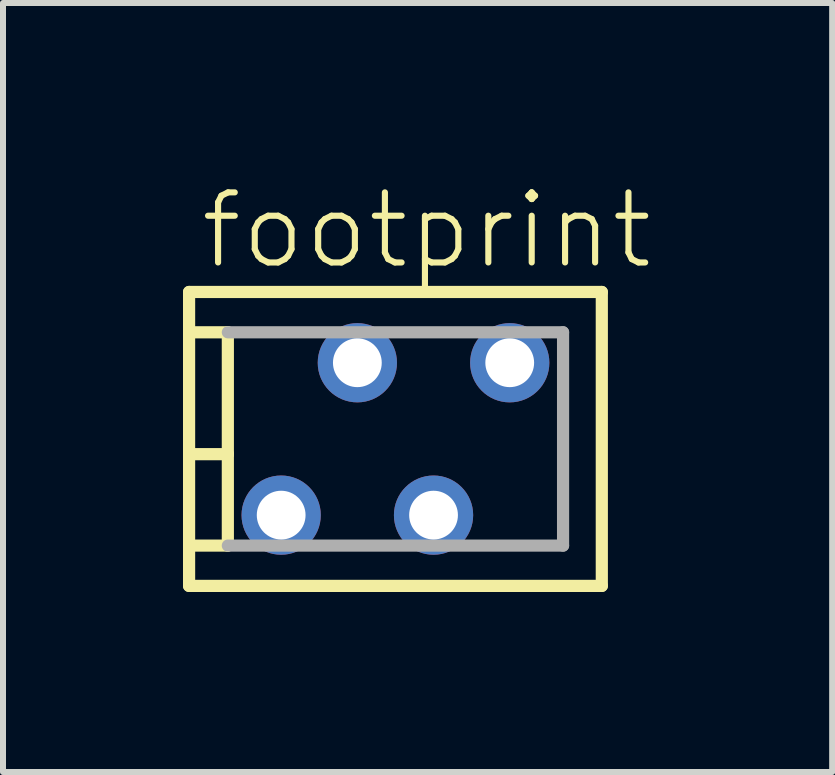
<source format=kicad_pcb>
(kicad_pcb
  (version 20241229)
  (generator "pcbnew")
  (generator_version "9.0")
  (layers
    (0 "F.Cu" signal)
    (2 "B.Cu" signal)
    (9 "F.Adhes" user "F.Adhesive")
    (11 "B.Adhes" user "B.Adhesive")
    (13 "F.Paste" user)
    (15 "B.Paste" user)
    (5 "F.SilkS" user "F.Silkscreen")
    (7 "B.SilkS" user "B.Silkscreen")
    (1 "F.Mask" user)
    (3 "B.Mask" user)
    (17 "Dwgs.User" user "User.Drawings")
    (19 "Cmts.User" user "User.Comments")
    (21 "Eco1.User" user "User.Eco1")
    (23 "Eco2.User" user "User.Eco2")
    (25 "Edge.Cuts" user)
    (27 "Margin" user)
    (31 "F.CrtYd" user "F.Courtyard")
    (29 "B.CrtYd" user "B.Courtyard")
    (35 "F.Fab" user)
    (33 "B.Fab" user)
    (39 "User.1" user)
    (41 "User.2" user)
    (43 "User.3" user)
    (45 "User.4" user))
  (footprint "footprint"
    (layer "F.Cu")
    (at 3.542 4.267)
    (property "Reference" "footprint" (at -3.302 -2.794 0) (layer "F.SilkS") (effects (font (size 1.168 1.168) (thickness 0.102)) (justify left bottom)))
    (fp_line (start -3.44 -2.45) (end -3.44 1.778) (stroke (width 0.203) (type solid)) (layer "F.SilkS"))
    (fp_line (start -3.44 1.778) (end -3.44 2.45) (stroke (width 0.203) (type solid)) (layer "F.SilkS"))
    (fp_line (start -3.44 2.45) (end 3.44 2.45) (stroke (width 0.203) (type solid)) (layer "F.SilkS"))
    (fp_line (start -3.429 -1.778) (end -2.794 -1.778) (stroke (width 0.203) (type solid)) (layer "F.SilkS"))
    (fp_line (start -3.429 0.254) (end -2.794 0.254) (stroke (width 0.203) (type solid)) (layer "F.SilkS"))
    (fp_line (start -2.794 -1.778) (end -2.794 0.254) (stroke (width 0.203) (type solid)) (layer "F.SilkS"))
    (fp_line (start -2.794 0.254) (end -2.794 1.778) (stroke (width 0.203) (type solid)) (layer "F.SilkS"))
    (fp_line (start -2.794 1.778) (end -3.44 1.778) (stroke (width 0.203) (type solid)) (layer "F.SilkS"))
    (fp_line (start 3.44 -2.45) (end -3.44 -2.45) (stroke (width 0.203) (type solid)) (layer "F.SilkS"))
    (fp_line (start 3.44 2.45) (end 3.44 -2.45) (stroke (width 0.203) (type solid)) (layer "F.SilkS"))
    (fp_line (start -2.794 -1.778) (end 2.794 -1.778) (stroke (width 0.203) (type solid)) (layer "F.Fab"))
    (fp_line (start 2.794 -1.778) (end 2.794 1.778) (stroke (width 0.203) (type solid)) (layer "F.Fab"))
    (fp_line (start 2.794 1.778) (end -2.794 1.778) (stroke (width 0.203) (type solid)) (layer "F.Fab"))
    (pad "1" thru_hole circle (at 1.905 -1.27) (size 1.321 1.321) (drill 0.813) (layers "*.Cu" "*.Mask"))
    (pad "2" thru_hole circle (at 0.635 1.27) (size 1.321 1.321) (drill 0.813) (layers "*.Cu" "*.Mask"))
    (pad "3" thru_hole circle (at -0.635 -1.27) (size 1.321 1.321) (drill 0.813) (layers "*.Cu" "*.Mask"))
    (pad "4" thru_hole circle (at -1.905 1.27) (size 1.321 1.321) (drill 0.813) (layers "*.Cu" "*.Mask")))
  (gr_rect
    (start -3 -3)
    (end 10.822 9.819)
    (stroke (width 0.1) (type default))
    (fill no)
    (layer "Edge.Cuts")))
</source>
